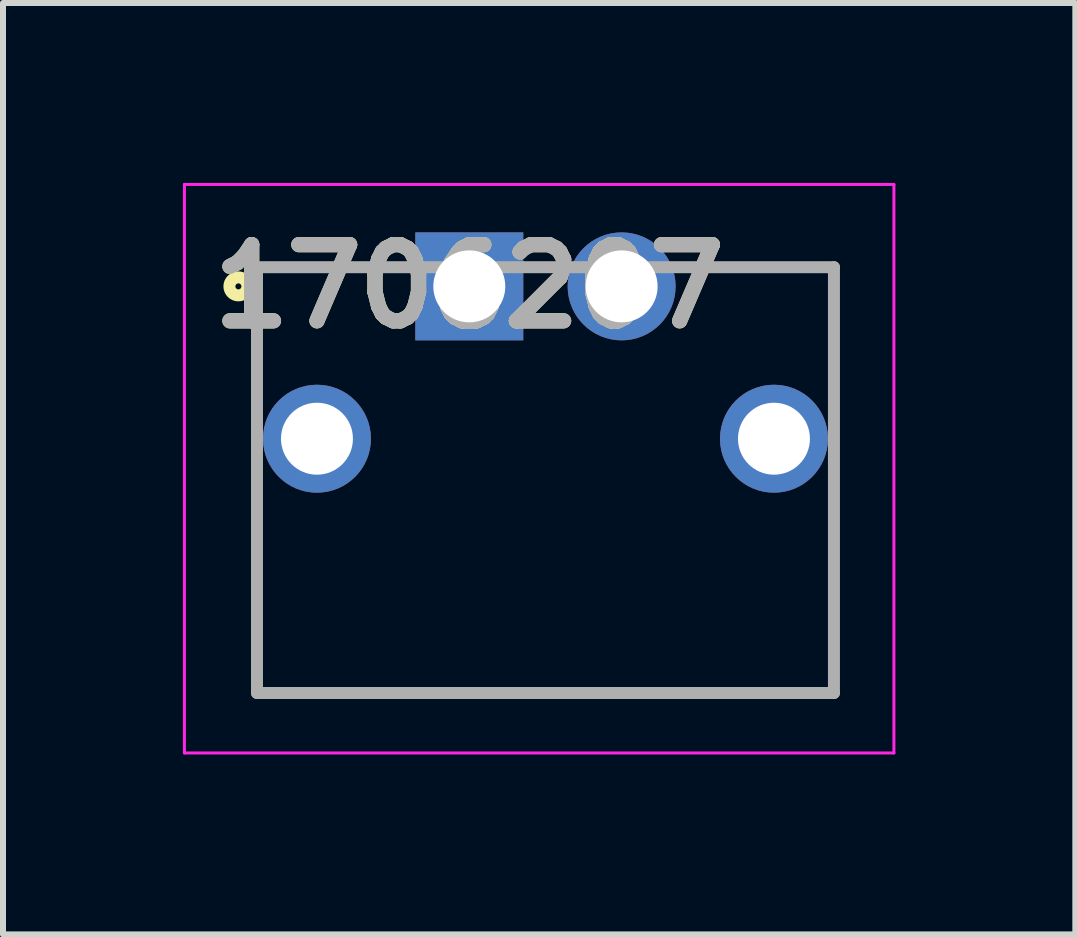
<source format=kicad_pcb>
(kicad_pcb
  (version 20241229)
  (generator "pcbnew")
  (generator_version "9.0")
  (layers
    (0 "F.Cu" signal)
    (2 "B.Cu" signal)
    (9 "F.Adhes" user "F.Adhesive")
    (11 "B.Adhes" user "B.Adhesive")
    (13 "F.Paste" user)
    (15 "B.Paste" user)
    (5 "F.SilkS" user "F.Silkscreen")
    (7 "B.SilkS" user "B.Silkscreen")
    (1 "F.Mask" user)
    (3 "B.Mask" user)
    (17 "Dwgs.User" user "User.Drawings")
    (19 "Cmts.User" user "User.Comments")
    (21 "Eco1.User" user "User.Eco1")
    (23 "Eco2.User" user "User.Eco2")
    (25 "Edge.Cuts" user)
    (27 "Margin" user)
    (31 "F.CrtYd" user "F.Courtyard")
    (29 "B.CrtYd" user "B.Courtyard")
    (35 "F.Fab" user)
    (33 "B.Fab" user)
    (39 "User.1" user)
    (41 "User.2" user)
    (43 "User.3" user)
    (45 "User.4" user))
  (footprint "1706207"
    (layer "F.Cu")
    (at 4.775 1.725)
    (property "Reference" "1706207" (at 0 0 0) (layer "F.SilkS") (effects (font (size 1.27 1.27) (thickness 0.254))))
    (attr through_hole)
    (fp_line (start 6.08 6.78) (end -3.54 6.78) (stroke (width 0.1) (type solid)) (layer "F.SilkS"))
    (fp_circle (center -3.85 0) (end -3.85 0.05) (stroke (width 0.2) (type solid)) (fill no) (layer "F.SilkS"))
    (fp_line (start -4.75 -1.7) (end 7.08 -1.7) (stroke (width 0.05) (type solid)) (layer "F.CrtYd"))
    (fp_line (start -4.75 7.78) (end -4.75 -1.7) (stroke (width 0.05) (type solid)) (layer "F.CrtYd"))
    (fp_line (start 7.08 -1.7) (end 7.08 7.78) (stroke (width 0.05) (type solid)) (layer "F.CrtYd"))
    (fp_line (start 7.08 7.78) (end -4.75 7.78) (stroke (width 0.05) (type solid)) (layer "F.CrtYd"))
    (fp_line (start -3.54 -0.32) (end 6.08 -0.32) (stroke (width 0.2) (type solid)) (layer "F.Fab"))
    (fp_line (start -3.54 6.78) (end -3.54 -0.32) (stroke (width 0.2) (type solid)) (layer "F.Fab"))
    (fp_line (start 6.08 -0.32) (end 6.08 6.78) (stroke (width 0.2) (type solid)) (layer "F.Fab"))
    (fp_line (start 6.08 6.78) (end -3.54 6.78) (stroke (width 0.2) (type solid)) (layer "F.Fab"))
    (fp_text user "${REFERENCE}" (at 0 0 0) (layer "F.Fab") (effects (font (size 1.27 1.27) (thickness 0.254))))
    (pad "1" thru_hole rect (at 0 0) (size 1.8 1.8) (drill 1.2) (layers "*.Cu" "*.Mask"))
    (pad "2" thru_hole circle (at 2.54 0) (size 1.8 1.8) (drill 1.2) (layers "*.Cu" "*.Mask"))
    (pad "3" thru_hole circle (at -2.54 2.54) (size 1.8 1.8) (drill 1.2) (layers "*.Cu" "*.Mask"))
    (pad "4" thru_hole circle (at 5.08 2.54) (size 1.8 1.8) (drill 1.2) (layers "*.Cu" "*.Mask")))
  (gr_rect
    (start -3 -3)
    (end 14.88 12.53)
    (stroke (width 0.1) (type default))
    (fill no)
    (layer "Edge.Cuts")))
</source>
